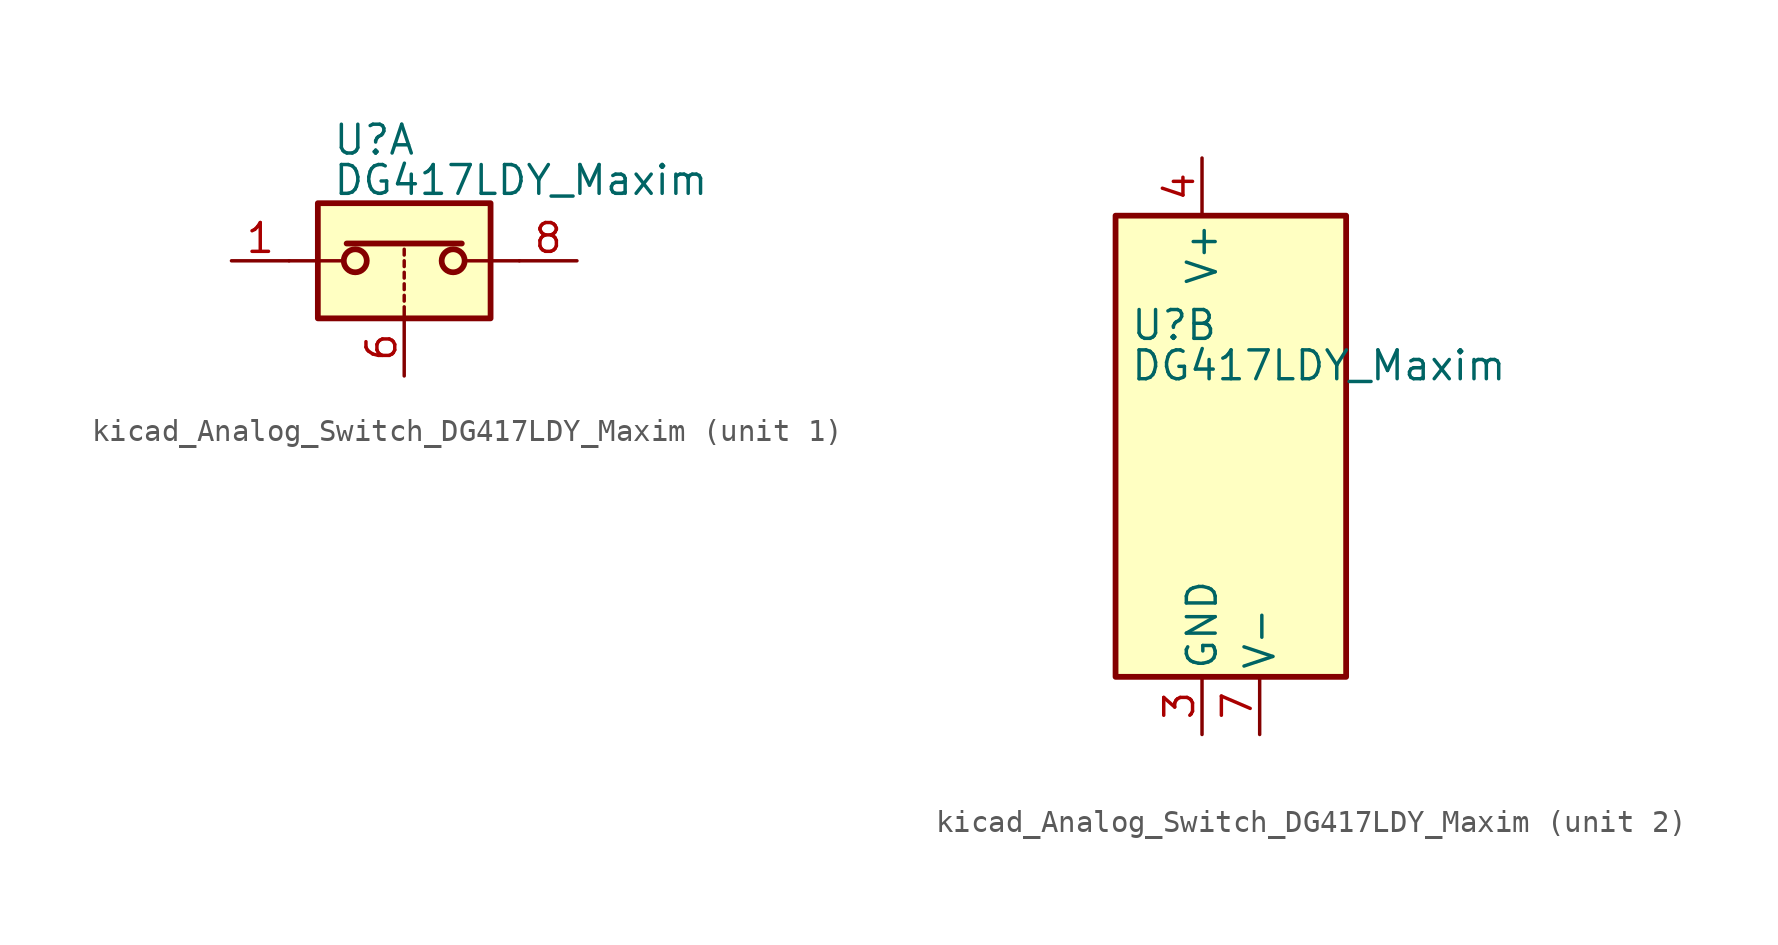
<source format=kicad_sym>
(kicad_symbol_lib
  (version 20220914)
  (generator kicad_symbol_editor)
  (symbol "kicad_Analog_Switch_DG417LDY_Maxim"
    (pin_names
      (offset 0.254))
    (property "Reference" "U"
      (at -3.175 5.334 0)
      (effects (font (size 1.27 1.27)) (justify left)))
    (property "Value" "DG417LDY_Maxim"
      (at -3.175 3.556 0)
      (effects (font (size 1.27 1.27)) (justify left)))
    (symbol "kicad_Analog_Switch_DG417LDY_Maxim_1_1"
      (rectangle (start -3.81 2.54) (end 3.81 -2.54) (stroke (width 0.254) (type default)) (fill (type background)))
      (circle (center -2.159 0) (radius 0.508) (stroke (width 0.254) (type default)) (fill (type none)))
      (polyline (pts (xy -5.08 0) (xy -2.794 0)) (stroke (width 0) (type default)) (fill (type none)))
      (polyline (pts (xy -2.54 0.762) (xy 2.54 0.762)) (stroke (width 0.254) (type default)) (fill (type none)))
      (polyline (pts (xy 0 -2.54) (xy 0 -2.032)) (stroke (width 0) (type default)) (fill (type none)))
      (polyline (pts (xy 0 -1.778) (xy 0 -1.524)) (stroke (width 0) (type default)) (fill (type none)))
      (polyline (pts (xy 0 -1.27) (xy 0 -1.016)) (stroke (width 0) (type default)) (fill (type none)))
      (polyline (pts (xy 0 -0.762) (xy 0 -0.508)) (stroke (width 0) (type default)) (fill (type none)))
      (polyline (pts (xy 0 -0.254) (xy 0 0)) (stroke (width 0) (type default)) (fill (type none)))
      (polyline (pts (xy 0 0.254) (xy 0 0.508)) (stroke (width 0) (type default)) (fill (type none)))
      (polyline (pts (xy 5.08 0) (xy 2.794 0)) (stroke (width 0) (type default)) (fill (type none)))
      (circle (center 2.159 0) (radius 0.508) (stroke (width 0.254) (type default)) (fill (type none)))
      (pin passive line (at -7.62 0 0) (length 2.54) (name "~" (effects (font (size 1.27 1.27)))) (number "1" (effects (font (size 1.27 1.27)))))
      (pin input line (at 0 -5.08 90) (length 2.54) (name "~" (effects (font (size 1.27 1.27)))) (number "6" (effects (font (size 1.27 1.27)))))
      (pin passive line (at 7.62 0 180) (length 2.54) (name "~" (effects (font (size 1.27 1.27)))) (number "8" (effects (font (size 1.27 1.27))))))
    (symbol "kicad_Analog_Switch_DG417LDY_Maxim_2_0"
      (pin no_connect line (at -2.54 10.16 270) (length 2.54) hide (name "NC" (effects (font (size 1.27 1.27)))) (number "2" (effects (font (size 1.27 1.27)))))
      (pin power_in line (at 0 -12.7 90) (length 2.54) (name "GND" (effects (font (size 1.27 1.27)))) (number "3" (effects (font (size 1.27 1.27)))))
      (pin power_in line (at 0 12.7 270) (length 2.54) (name "V+" (effects (font (size 1.27 1.27)))) (number "4" (effects (font (size 1.27 1.27)))))
      (pin no_connect line (at 2.54 10.16 270) (length 2.54) hide (name "NC" (effects (font (size 1.27 1.27)))) (number "5" (effects (font (size 1.27 1.27)))))
      (pin power_in line (at 2.54 -12.7 90) (length 2.54) (name "V-" (effects (font (size 1.27 1.27)))) (number "7" (effects (font (size 1.27 1.27))))))
    (symbol "kicad_Analog_Switch_DG417LDY_Maxim_2_1"
      (rectangle (start -3.81 10.16) (end 6.35 -10.16) (stroke (width 0.254) (type default)) (fill (type background))))))
</source>
